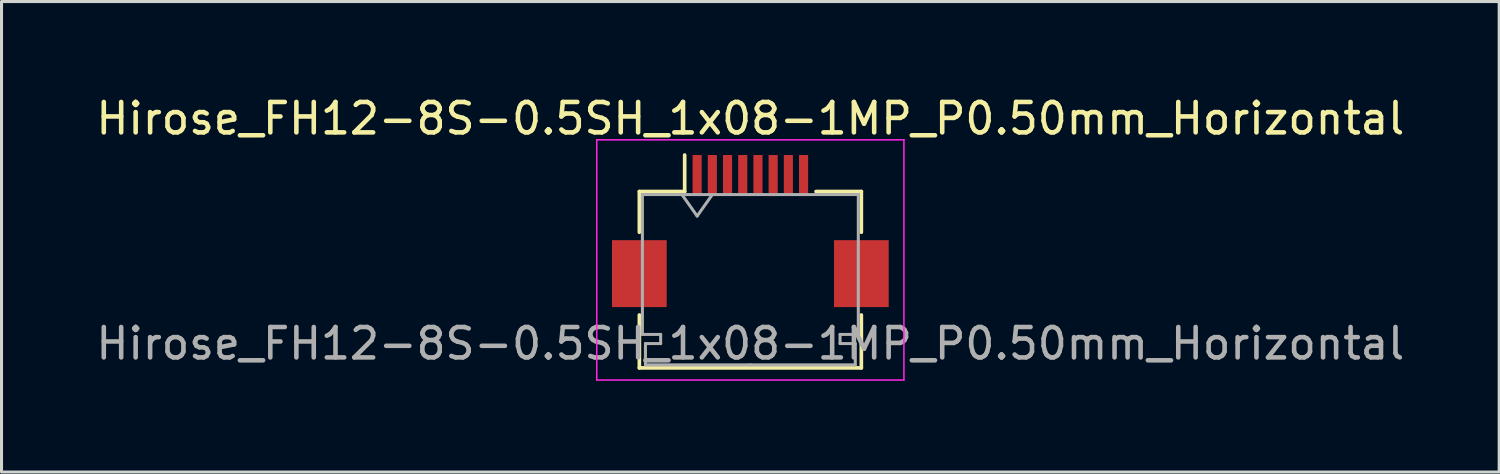
<source format=kicad_pcb>
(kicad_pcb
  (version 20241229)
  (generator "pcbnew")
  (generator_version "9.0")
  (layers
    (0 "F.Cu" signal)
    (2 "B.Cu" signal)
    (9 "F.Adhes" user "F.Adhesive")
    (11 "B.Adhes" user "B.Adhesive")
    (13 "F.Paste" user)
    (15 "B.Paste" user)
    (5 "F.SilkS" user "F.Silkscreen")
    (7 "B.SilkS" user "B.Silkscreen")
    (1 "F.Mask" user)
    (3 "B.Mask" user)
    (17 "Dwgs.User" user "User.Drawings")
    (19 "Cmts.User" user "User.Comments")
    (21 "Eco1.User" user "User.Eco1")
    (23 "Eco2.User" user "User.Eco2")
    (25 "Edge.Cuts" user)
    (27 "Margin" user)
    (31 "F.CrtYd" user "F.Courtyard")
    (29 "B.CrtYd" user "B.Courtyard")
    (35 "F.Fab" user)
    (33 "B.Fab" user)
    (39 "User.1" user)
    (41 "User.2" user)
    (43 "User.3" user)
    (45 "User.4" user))
  (footprint "Hirose_FH12-8S-0.5SH_1x08-1MP_P0.50mm_Horizontal"
    (layer "F.Cu")
    (at 21.625 4.548)
    (property "Reference" "Hirose_FH12-8S-0.5SH_1x08-1MP_P0.50mm_Horizontal" (at 0 -3.7 0) (layer "F.SilkS") (effects (font (size 1 1) (thickness 0.15))))
    (attr smd)
    (fp_line (start -3.65 -1.3) (end -3.65 0.04) (stroke (width 0.12) (type solid)) (layer "F.SilkS"))
    (fp_line (start -3.65 2.76) (end -3.65 4.5) (stroke (width 0.12) (type solid)) (layer "F.SilkS"))
    (fp_line (start -3.65 4.5) (end 3.65 4.5) (stroke (width 0.12) (type solid)) (layer "F.SilkS"))
    (fp_line (start -2.16 -1.3) (end -3.65 -1.3) (stroke (width 0.12) (type solid)) (layer "F.SilkS"))
    (fp_line (start -2.16 -1.3) (end -2.16 -2.5) (stroke (width 0.12) (type solid)) (layer "F.SilkS"))
    (fp_line (start 2.16 -1.3) (end 3.65 -1.3) (stroke (width 0.12) (type solid)) (layer "F.SilkS"))
    (fp_line (start 3.65 -1.3) (end 3.65 0.04) (stroke (width 0.12) (type solid)) (layer "F.SilkS"))
    (fp_line (start 3.65 4.5) (end 3.65 2.76) (stroke (width 0.12) (type solid)) (layer "F.SilkS"))
    (fp_line (start -5.05 -3) (end -5.05 4.9) (stroke (width 0.05) (type solid)) (layer "F.CrtYd"))
    (fp_line (start -5.05 4.9) (end 5.05 4.9) (stroke (width 0.05) (type solid)) (layer "F.CrtYd"))
    (fp_line (start 5.05 -3) (end -5.05 -3) (stroke (width 0.05) (type solid)) (layer "F.CrtYd"))
    (fp_line (start 5.05 4.9) (end 5.05 -3) (stroke (width 0.05) (type solid)) (layer "F.CrtYd"))
    (fp_line (start -3.55 -1.2) (end -3.55 3.4) (stroke (width 0.1) (type solid)) (layer "F.Fab"))
    (fp_line (start -3.55 3.4) (end -2.95 3.4) (stroke (width 0.1) (type solid)) (layer "F.Fab"))
    (fp_line (start -3.45 3.7) (end -3.45 4.4) (stroke (width 0.1) (type solid)) (layer "F.Fab"))
    (fp_line (start -3.45 4.4) (end 0 4.4) (stroke (width 0.1) (type solid)) (layer "F.Fab"))
    (fp_line (start -2.95 3.4) (end -2.95 3.7) (stroke (width 0.1) (type solid)) (layer "F.Fab"))
    (fp_line (start -2.95 3.7) (end -3.45 3.7) (stroke (width 0.1) (type solid)) (layer "F.Fab"))
    (fp_line (start -2.25 -1.2) (end -1.75 -0.493) (stroke (width 0.1) (type solid)) (layer "F.Fab"))
    (fp_line (start -1.75 -0.493) (end -1.25 -1.2) (stroke (width 0.1) (type solid)) (layer "F.Fab"))
    (fp_line (start 0 -1.2) (end -3.55 -1.2) (stroke (width 0.1) (type solid)) (layer "F.Fab"))
    (fp_line (start 0 -1.2) (end 3.55 -1.2) (stroke (width 0.1) (type solid)) (layer "F.Fab"))
    (fp_line (start 2.95 3.4) (end 2.95 3.7) (stroke (width 0.1) (type solid)) (layer "F.Fab"))
    (fp_line (start 2.95 3.7) (end 3.45 3.7) (stroke (width 0.1) (type solid)) (layer "F.Fab"))
    (fp_line (start 3.45 3.7) (end 3.45 4.4) (stroke (width 0.1) (type solid)) (layer "F.Fab"))
    (fp_line (start 3.45 4.4) (end 0 4.4) (stroke (width 0.1) (type solid)) (layer "F.Fab"))
    (fp_line (start 3.55 -1.2) (end 3.55 3.4) (stroke (width 0.1) (type solid)) (layer "F.Fab"))
    (fp_line (start 3.55 3.4) (end 2.95 3.4) (stroke (width 0.1) (type solid)) (layer "F.Fab"))
    (fp_text user "${REFERENCE}" (at 0 3.7 0) (layer "F.Fab") (effects (font (size 1 1) (thickness 0.15))))
    (pad "1" smd rect (at -1.75 -1.85) (size 0.3 1.3) (layers "F.Cu" "F.Mask" "F.Paste"))
    (pad "2" smd rect (at -1.25 -1.85) (size 0.3 1.3) (layers "F.Cu" "F.Mask" "F.Paste"))
    (pad "3" smd rect (at -0.75 -1.85) (size 0.3 1.3) (layers "F.Cu" "F.Mask" "F.Paste"))
    (pad "4" smd rect (at -0.25 -1.85) (size 0.3 1.3) (layers "F.Cu" "F.Mask" "F.Paste"))
    (pad "5" smd rect (at 0.25 -1.85) (size 0.3 1.3) (layers "F.Cu" "F.Mask" "F.Paste"))
    (pad "6" smd rect (at 0.75 -1.85) (size 0.3 1.3) (layers "F.Cu" "F.Mask" "F.Paste"))
    (pad "7" smd rect (at 1.25 -1.85) (size 0.3 1.3) (layers "F.Cu" "F.Mask" "F.Paste"))
    (pad "8" smd rect (at 1.75 -1.85) (size 0.3 1.3) (layers "F.Cu" "F.Mask" "F.Paste"))
    (pad "MP" smd rect (at -3.65 1.4) (size 1.8 2.2) (layers "F.Cu" "F.Mask" "F.Paste"))
    (pad "MP" smd rect (at 3.65 1.4) (size 1.8 2.2) (layers "F.Cu" "F.Mask" "F.Paste")))
  (gr_rect
    (start -3 -3)
    (end 46.25 12.473)
    (stroke (width 0.1) (type default))
    (fill no)
    (layer "Edge.Cuts")))
</source>
